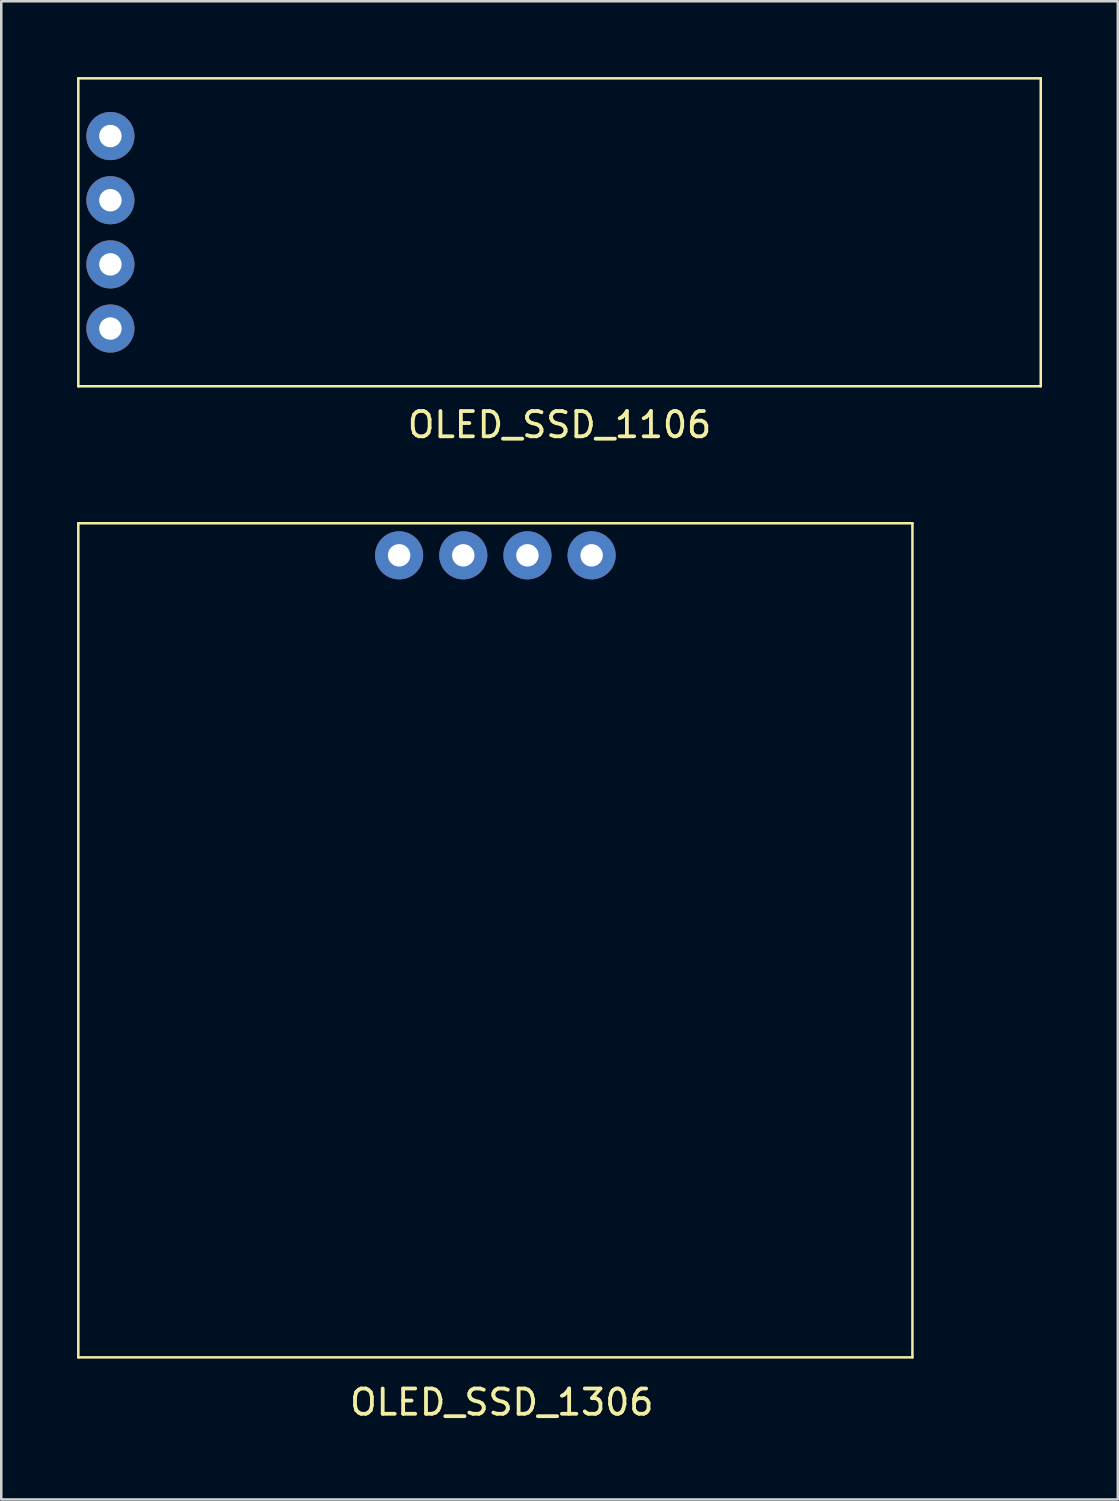
<source format=kicad_pcb>
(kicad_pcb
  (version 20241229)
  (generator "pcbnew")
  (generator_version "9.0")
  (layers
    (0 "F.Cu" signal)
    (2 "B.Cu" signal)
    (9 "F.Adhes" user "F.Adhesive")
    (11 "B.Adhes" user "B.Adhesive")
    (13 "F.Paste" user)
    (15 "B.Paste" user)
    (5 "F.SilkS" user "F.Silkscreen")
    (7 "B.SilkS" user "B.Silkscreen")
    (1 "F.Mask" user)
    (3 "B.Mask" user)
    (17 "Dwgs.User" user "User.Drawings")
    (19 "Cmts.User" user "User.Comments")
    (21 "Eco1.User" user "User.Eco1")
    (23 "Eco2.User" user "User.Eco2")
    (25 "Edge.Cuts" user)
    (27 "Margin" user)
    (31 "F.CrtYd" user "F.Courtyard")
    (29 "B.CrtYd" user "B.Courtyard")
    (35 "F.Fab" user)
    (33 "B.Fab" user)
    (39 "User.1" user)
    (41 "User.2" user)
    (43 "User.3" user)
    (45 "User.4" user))
  (footprint "OLED_SSD_1106"
    (layer "F.Cu")
    (at 19.1 6.146)
    (property "Reference" "OLED_SSD_1106" (at 0 7.62 0) (layer "F.SilkS") (effects (font (size 1 1) (thickness 0.15))))
    (attr through_hole)
    (fp_line (start -19.05 -6.096) (end -19.05 6.096) (stroke (width 0.1) (type solid)) (layer "F.SilkS"))
    (fp_line (start -19.05 -6.096) (end 19.05 -6.096) (stroke (width 0.1) (type solid)) (layer "F.SilkS"))
    (fp_line (start -19.05 6.096) (end 19.05 6.096) (stroke (width 0.1) (type solid)) (layer "F.SilkS"))
    (fp_line (start 19.05 6.096) (end 19.05 -6.096) (stroke (width 0.1) (type solid)) (layer "F.SilkS"))
    (pad "1" thru_hole circle (at -17.78 3.81) (size 1.905 1.905) (drill 0.889) (layers "*.Cu" "*.Mask"))
    (pad "2" thru_hole circle (at -17.78 1.27) (size 1.905 1.905) (drill 0.889) (layers "*.Cu" "*.Mask"))
    (pad "3" thru_hole circle (at -17.78 -1.27) (size 1.905 1.905) (drill 0.889) (layers "*.Cu" "*.Mask"))
    (pad "4" thru_hole circle (at -17.78 -3.81) (size 1.905 1.905) (drill 0.889) (layers "*.Cu" "*.Mask")))
  (footprint "OLED_SSD_1306"
    (layer "F.Cu")
    (at 16.56 34.174)
    (property "Reference" "OLED_SSD_1306" (at 0.254 18.288 0) (layer "F.SilkS") (effects (font (size 1 1) (thickness 0.15))))
    (attr through_hole)
    (fp_line (start -16.51 -16.51) (end -16.51 16.51) (stroke (width 0.1) (type solid)) (layer "F.SilkS"))
    (fp_line (start -16.51 -16.51) (end 16.51 -16.51) (stroke (width 0.1) (type solid)) (layer "F.SilkS"))
    (fp_line (start -16.51 16.51) (end 16.51 16.51) (stroke (width 0.1) (type solid)) (layer "F.SilkS"))
    (fp_line (start 16.51 16.51) (end 16.51 -16.51) (stroke (width 0.1) (type solid)) (layer "F.SilkS"))
    (pad "1" thru_hole circle (at -3.81 -15.24) (size 1.905 1.905) (drill 0.889) (layers "*.Cu" "*.Mask"))
    (pad "2" thru_hole circle (at -1.27 -15.24) (size 1.905 1.905) (drill 0.889) (layers "*.Cu" "*.Mask"))
    (pad "3" thru_hole circle (at 1.27 -15.24) (size 1.905 1.905) (drill 0.889) (layers "*.Cu" "*.Mask"))
    (pad "4" thru_hole circle (at 3.81 -15.24) (size 1.905 1.905) (drill 0.889) (layers "*.Cu" "*.Mask")))
  (gr_rect
    (start -3 -3)
    (end 41.2 56.31)
    (stroke (width 0.1) (type default))
    (fill no)
    (layer "Edge.Cuts")))
</source>
